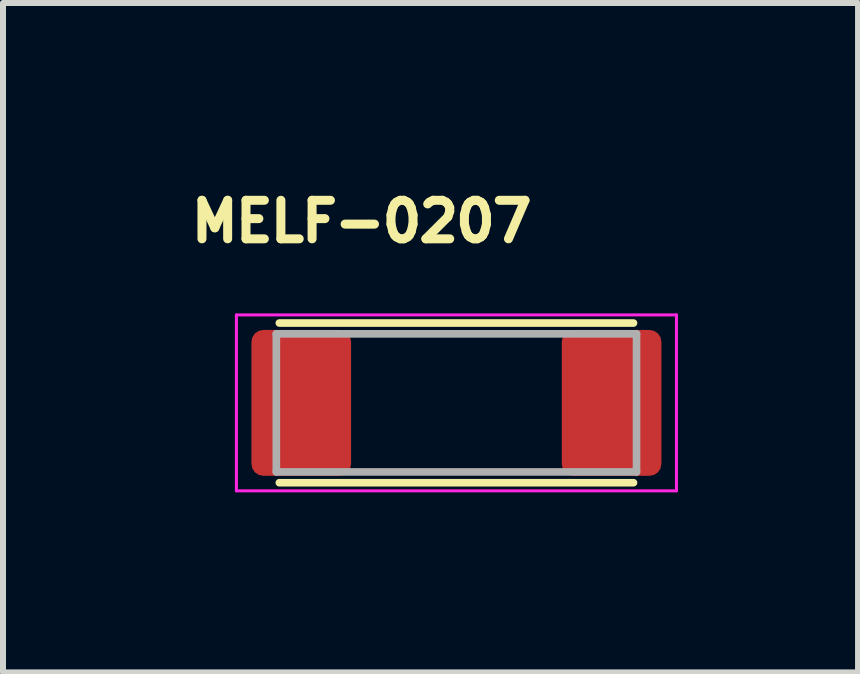
<source format=kicad_pcb>
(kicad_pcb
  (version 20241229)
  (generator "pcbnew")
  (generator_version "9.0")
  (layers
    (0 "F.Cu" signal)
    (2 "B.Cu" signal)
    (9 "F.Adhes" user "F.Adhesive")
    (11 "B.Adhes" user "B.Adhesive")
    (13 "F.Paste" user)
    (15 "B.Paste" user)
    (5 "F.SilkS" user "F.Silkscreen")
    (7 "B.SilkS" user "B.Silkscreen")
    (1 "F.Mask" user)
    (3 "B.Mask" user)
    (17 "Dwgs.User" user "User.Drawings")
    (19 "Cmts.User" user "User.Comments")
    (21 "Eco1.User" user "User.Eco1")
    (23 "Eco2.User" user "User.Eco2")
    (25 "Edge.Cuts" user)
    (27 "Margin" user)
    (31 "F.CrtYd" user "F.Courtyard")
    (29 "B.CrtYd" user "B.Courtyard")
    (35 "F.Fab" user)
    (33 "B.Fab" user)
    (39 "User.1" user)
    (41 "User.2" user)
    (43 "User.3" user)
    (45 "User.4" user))
  (footprint "MELF-0207"
    (layer "F.Cu")
    (at 4.553 3.661)
    (property "Reference" "MELF-0207" (at -1.579 -3.022 0) (layer "F.SilkS") (effects (font (size 0.642 0.642) (thickness 0.15))))
    (attr smd)
    (fp_line (start -2.95 -1.33) (end 2.95 -1.33) (stroke (width 0.127) (type solid)) (layer "F.SilkS"))
    (fp_line (start -2.95 1.33) (end 2.95 1.33) (stroke (width 0.127) (type solid)) (layer "F.SilkS"))
    (fp_line (start -3.665 -1.465) (end 3.665 -1.465) (stroke (width 0.05) (type solid)) (layer "F.CrtYd"))
    (fp_line (start -3.665 1.465) (end -3.665 -1.465) (stroke (width 0.05) (type solid)) (layer "F.CrtYd"))
    (fp_line (start 3.665 -1.465) (end 3.665 1.465) (stroke (width 0.05) (type solid)) (layer "F.CrtYd"))
    (fp_line (start 3.665 1.465) (end -3.665 1.465) (stroke (width 0.05) (type solid)) (layer "F.CrtYd"))
    (fp_line (start -3 -1.15) (end -3 1.15) (stroke (width 0.127) (type solid)) (layer "F.Fab"))
    (fp_line (start -3 -1.15) (end 3 -1.15) (stroke (width 0.127) (type solid)) (layer "F.Fab"))
    (fp_line (start -3 1.15) (end 3 1.15) (stroke (width 0.127) (type solid)) (layer "F.Fab"))
    (fp_line (start 3 -1.15) (end 3 1.15) (stroke (width 0.127) (type solid)) (layer "F.Fab"))
    (pad "1" smd roundrect (at -2.585 0) (size 1.66 2.43) (layers "F.Cu" "F.Mask" "F.Paste") (roundrect_rratio 0.12))
    (pad "2" smd roundrect (at 2.585 0) (size 1.66 2.43) (layers "F.Cu" "F.Mask" "F.Paste") (roundrect_rratio 0.12)))
  (gr_rect
    (start -3 -3)
    (end 11.243 8.151)
    (stroke (width 0.1) (type default))
    (fill no)
    (layer "Edge.Cuts")))
</source>
